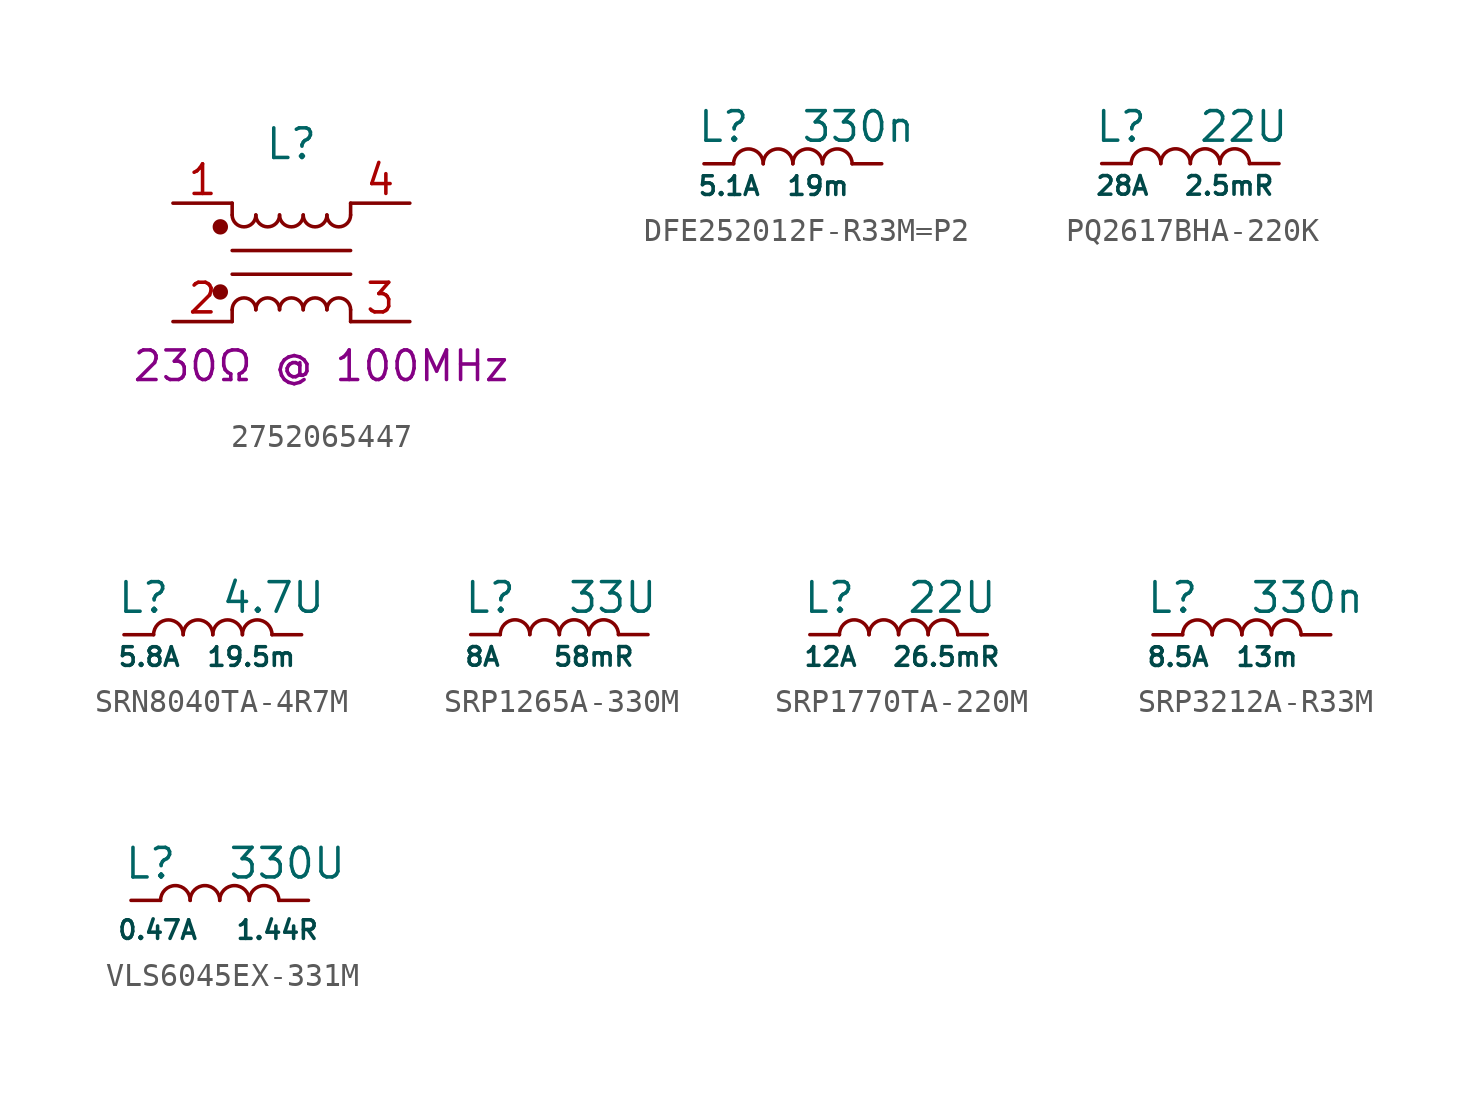
<source format=kicad_sym>
(kicad_symbol_lib
  (version 20220914)
  (generator kicad_symbol_editor)
  (symbol "2752065447"
    (pin_names hide)
    (property "Reference" "L"
      (at 0 5.08 0)
      (effects (font (size 1.27 1.27))))
    (property "Impedance" "230Ω @ 100MHz"
      (at 1.27 -4.445 0)
      (effects (font (size 1.27 1.27))))
    (symbol "2752065447_1_1"
      (circle (center -3.048 -1.27) (radius 0.254) (stroke (width 0) (type default)) (fill (type outline)))
      (circle (center -3.048 1.524) (radius 0.254) (stroke (width 0) (type default)) (fill (type outline)))
      (arc (start -2.54 2.032) (mid -2.032 1.5262) (end -1.524 2.032) (stroke (width 0) (type default)) (fill (type none)))
      (arc (start -1.524 -2.032) (mid -2.032 -1.5262) (end -2.54 -2.032) (stroke (width 0) (type default)) (fill (type none)))
      (arc (start -1.524 2.032) (mid -1.016 1.5262) (end -0.508 2.032) (stroke (width 0) (type default)) (fill (type none)))
      (arc (start -0.508 -2.032) (mid -1.016 -1.5262) (end -1.524 -2.032) (stroke (width 0) (type default)) (fill (type none)))
      (arc (start -0.508 2.032) (mid 0 1.5262) (end 0.508 2.032) (stroke (width 0) (type default)) (fill (type none)))
      (polyline (pts (xy -2.54 -2.032) (xy -2.54 -2.54)) (stroke (width 0) (type default)) (fill (type none)))
      (polyline (pts (xy -2.54 0.508) (xy 2.54 0.508)) (stroke (width 0) (type default)) (fill (type none)))
      (polyline (pts (xy -2.54 2.032) (xy -2.54 2.54)) (stroke (width 0) (type default)) (fill (type none)))
      (polyline (pts (xy 2.54 -2.032) (xy 2.54 -2.54)) (stroke (width 0) (type default)) (fill (type none)))
      (polyline (pts (xy 2.54 -0.508) (xy -2.54 -0.508)) (stroke (width 0) (type default)) (fill (type none)))
      (polyline (pts (xy 2.54 2.54) (xy 2.54 2.032)) (stroke (width 0) (type default)) (fill (type none)))
      (arc (start 0.508 -2.032) (mid 0 -1.5262) (end -0.508 -2.032) (stroke (width 0) (type default)) (fill (type none)))
      (arc (start 0.508 2.032) (mid 1.016 1.5262) (end 1.524 2.032) (stroke (width 0) (type default)) (fill (type none)))
      (arc (start 1.524 -2.032) (mid 1.016 -1.5262) (end 0.508 -2.032) (stroke (width 0) (type default)) (fill (type none)))
      (arc (start 1.524 2.032) (mid 2.032 1.5262) (end 2.54 2.032) (stroke (width 0) (type default)) (fill (type none)))
      (arc (start 2.54 -2.032) (mid 2.032 -1.5262) (end 1.524 -2.032) (stroke (width 0) (type default)) (fill (type none)))
      (pin passive line (at -5.08 2.54 0) (length 2.54) (name "1" (effects (font (size 1.27 1.27)))) (number "1" (effects (font (size 1.27 1.27)))))
      (pin passive line (at -5.08 -2.54 0) (length 2.54) (name "2" (effects (font (size 1.27 1.27)))) (number "2" (effects (font (size 1.27 1.27)))))
      (pin passive line (at 5.08 -2.54 180) (length 2.54) (name "3" (effects (font (size 1.27 1.27)))) (number "3" (effects (font (size 1.27 1.27)))))
      (pin passive line (at 5.08 2.54 180) (length 2.54) (name "4" (effects (font (size 1.27 1.27)))) (number "4" (effects (font (size 1.27 1.27)))))))
  (symbol "DFE252012F-R33M=P2"
    (property "Reference" "L"
      (at -4.128 1.587 0)
      (effects (font (size 1.27 1.27)) (justify left)))
    (property "Value" "330n"
      (at 0.318 1.587 0)
      (effects (font (size 1.27 1.27)) (justify left)))
    (property "DC Current Rating" "5.1A"
      (at -4.128 -0.953 0)
      (effects (font (size 0.8 0.8) (color 0 72 72 1)) (justify left)))
    (property "DCR" "19m"
      (at -0.318 -0.953 0)
      (effects (font (size 0.8 0.8) (color 0 72 72 1)) (justify left)))
    (symbol "DFE252012F-R33M=P2_0_1"
      (arc (start -1.27 0) (mid -1.905 0.6323) (end -2.54 0) (stroke (width 0) (type default)) (fill (type none)))
      (arc (start 0 0) (mid -0.635 0.6323) (end -1.27 0) (stroke (width 0) (type default)) (fill (type none)))
      (arc (start 1.27 0) (mid 0.635 0.6323) (end 0 0) (stroke (width 0) (type default)) (fill (type none)))
      (arc (start 2.54 0) (mid 1.905 0.6323) (end 1.27 0) (stroke (width 0) (type default)) (fill (type none))))
    (symbol "DFE252012F-R33M=P2_1_1"
      (pin passive line (at -3.81 0 0) (length 1.27) (name "" (effects (font (size 0 0)))) (number "1" (effects (font (size 0 0)))))
      (pin passive line (at 3.81 0 180) (length 1.27) (name "" (effects (font (size 0 0)))) (number "2" (effects (font (size 0 0)))))))
  (symbol "PQ2617BHA-220K"
    (property "Reference" "L"
      (at -4.128 1.587 0)
      (effects (font (size 1.27 1.27)) (justify left)))
    (property "Value" "22U"
      (at 0.318 1.587 0)
      (effects (font (size 1.27 1.27)) (justify left)))
    (property "DC Current Rating" "28A"
      (at -4.128 -0.953 0)
      (effects (font (size 0.8 0.8) (color 0 72 72 1)) (justify left)))
    (property "DCR" "2.5mR"
      (at -0.318 -0.953 0)
      (effects (font (size 0.8 0.8) (color 0 72 72 1)) (justify left)))
    (symbol "PQ2617BHA-220K_0_1"
      (arc (start -1.27 0) (mid -1.905 0.6323) (end -2.54 0) (stroke (width 0) (type default)) (fill (type none)))
      (arc (start 0 0) (mid -0.635 0.6323) (end -1.27 0) (stroke (width 0) (type default)) (fill (type none)))
      (arc (start 1.27 0) (mid 0.635 0.6323) (end 0 0) (stroke (width 0) (type default)) (fill (type none)))
      (arc (start 2.54 0) (mid 1.905 0.6323) (end 1.27 0) (stroke (width 0) (type default)) (fill (type none))))
    (symbol "PQ2617BHA-220K_1_1"
      (pin passive line (at -3.81 0 0) (length 1.27) (name "" (effects (font (size 0 0)))) (number "1" (effects (font (size 0 0)))))
      (pin passive line (at 3.81 0 180) (length 1.27) (name "" (effects (font (size 0 0)))) (number "2" (effects (font (size 0 0)))))))
  (symbol "SRN8040TA-4R7M"
    (property "Reference" "L"
      (at -4.128 1.587 0)
      (effects (font (size 1.27 1.27)) (justify left)))
    (property "Value" "4.7U"
      (at 0.318 1.587 0)
      (effects (font (size 1.27 1.27)) (justify left)))
    (property "DC Current Rating" "5.8A"
      (at -4.128 -0.953 0)
      (effects (font (size 0.8 0.8) (color 0 72 72 1)) (justify left)))
    (property "DCR" "19.5m"
      (at -0.318 -0.953 0)
      (effects (font (size 0.8 0.8) (color 0 72 72 1)) (justify left)))
    (symbol "SRN8040TA-4R7M_0_1"
      (arc (start -1.27 0) (mid -1.905 0.6323) (end -2.54 0) (stroke (width 0) (type default)) (fill (type none)))
      (arc (start 0 0) (mid -0.635 0.6323) (end -1.27 0) (stroke (width 0) (type default)) (fill (type none)))
      (arc (start 1.27 0) (mid 0.635 0.6323) (end 0 0) (stroke (width 0) (type default)) (fill (type none)))
      (arc (start 2.54 0) (mid 1.905 0.6323) (end 1.27 0) (stroke (width 0) (type default)) (fill (type none))))
    (symbol "SRN8040TA-4R7M_1_1"
      (pin passive line (at -3.81 0 0) (length 1.27) (name "" (effects (font (size 0 0)))) (number "1" (effects (font (size 0 0)))))
      (pin passive line (at 3.81 0 180) (length 1.27) (name "" (effects (font (size 0 0)))) (number "2" (effects (font (size 0 0)))))))
  (symbol "SRP1265A-330M"
    (property "Reference" "L"
      (at -4.128 1.587 0)
      (effects (font (size 1.27 1.27)) (justify left)))
    (property "Value" "33U"
      (at 0.318 1.587 0)
      (effects (font (size 1.27 1.27)) (justify left)))
    (property "DC Current Rating" "8A"
      (at -4.128 -0.953 0)
      (effects (font (size 0.8 0.8) (color 0 72 72 1)) (justify left)))
    (property "DCR" "58mR"
      (at -0.318 -0.953 0)
      (effects (font (size 0.8 0.8) (color 0 72 72 1)) (justify left)))
    (symbol "SRP1265A-330M_0_1"
      (arc (start -1.27 0) (mid -1.905 0.6323) (end -2.54 0) (stroke (width 0) (type default)) (fill (type none)))
      (arc (start 0 0) (mid -0.635 0.6323) (end -1.27 0) (stroke (width 0) (type default)) (fill (type none)))
      (arc (start 1.27 0) (mid 0.635 0.6323) (end 0 0) (stroke (width 0) (type default)) (fill (type none)))
      (arc (start 2.54 0) (mid 1.905 0.6323) (end 1.27 0) (stroke (width 0) (type default)) (fill (type none))))
    (symbol "SRP1265A-330M_1_1"
      (pin passive line (at -3.81 0 0) (length 1.27) (name "" (effects (font (size 0 0)))) (number "1" (effects (font (size 0 0)))))
      (pin passive line (at 3.81 0 180) (length 1.27) (name "" (effects (font (size 0 0)))) (number "2" (effects (font (size 0 0)))))))
  (symbol "SRP1770TA-220M"
    (property "Reference" "L"
      (at -4.128 1.587 0)
      (effects (font (size 1.27 1.27)) (justify left)))
    (property "Value" "22U"
      (at 0.318 1.587 0)
      (effects (font (size 1.27 1.27)) (justify left)))
    (property "DC Current Rating" "12A"
      (at -4.128 -0.953 0)
      (effects (font (size 0.8 0.8) (color 0 72 72 1)) (justify left)))
    (property "DCR" "26.5mR"
      (at -0.318 -0.953 0)
      (effects (font (size 0.8 0.8) (color 0 72 72 1)) (justify left)))
    (symbol "SRP1770TA-220M_0_1"
      (arc (start -1.27 0) (mid -1.905 0.6323) (end -2.54 0) (stroke (width 0) (type default)) (fill (type none)))
      (arc (start 0 0) (mid -0.635 0.6323) (end -1.27 0) (stroke (width 0) (type default)) (fill (type none)))
      (arc (start 1.27 0) (mid 0.635 0.6323) (end 0 0) (stroke (width 0) (type default)) (fill (type none)))
      (arc (start 2.54 0) (mid 1.905 0.6323) (end 1.27 0) (stroke (width 0) (type default)) (fill (type none))))
    (symbol "SRP1770TA-220M_1_1"
      (pin passive line (at -3.81 0 0) (length 1.27) (name "" (effects (font (size 0 0)))) (number "1" (effects (font (size 0 0)))))
      (pin passive line (at 3.81 0 180) (length 1.27) (name "" (effects (font (size 0 0)))) (number "2" (effects (font (size 0 0)))))))
  (symbol "SRP3212A-R33M"
    (property "Reference" "L"
      (at -4.128 1.587 0)
      (effects (font (size 1.27 1.27)) (justify left)))
    (property "Value" "330n"
      (at 0.318 1.587 0)
      (effects (font (size 1.27 1.27)) (justify left)))
    (property "DC Current Rating" "8.5A"
      (at -4.128 -0.953 0)
      (effects (font (size 0.8 0.8) (color 0 72 72 1)) (justify left)))
    (property "DCR" "13m"
      (at -0.318 -0.953 0)
      (effects (font (size 0.8 0.8) (color 0 72 72 1)) (justify left)))
    (symbol "SRP3212A-R33M_0_1"
      (arc (start -1.27 0) (mid -1.905 0.6323) (end -2.54 0) (stroke (width 0) (type default)) (fill (type none)))
      (arc (start 0 0) (mid -0.635 0.6323) (end -1.27 0) (stroke (width 0) (type default)) (fill (type none)))
      (arc (start 1.27 0) (mid 0.635 0.6323) (end 0 0) (stroke (width 0) (type default)) (fill (type none)))
      (arc (start 2.54 0) (mid 1.905 0.6323) (end 1.27 0) (stroke (width 0) (type default)) (fill (type none))))
    (symbol "SRP3212A-R33M_1_1"
      (pin passive line (at -3.81 0 0) (length 1.27) (name "" (effects (font (size 0 0)))) (number "1" (effects (font (size 0 0)))))
      (pin passive line (at 3.81 0 180) (length 1.27) (name "" (effects (font (size 0 0)))) (number "2" (effects (font (size 0 0)))))))
  (symbol "VLS6045EX-331M"
    (property "Reference" "L"
      (at -4.128 1.587 0)
      (effects (font (size 1.27 1.27)) (justify left)))
    (property "Value" "330U"
      (at 0.318 1.587 0)
      (effects (font (size 1.27 1.27)) (justify left)))
    (property "DC Current Rating" "0.47A"
      (at -4.445 -1.27 0)
      (do_not_autoplace)
      (effects (font (size 0.8 0.8) (color 0 72 72 1)) (justify left)))
    (property "DCR" "1.44R"
      (at 0.635 -1.27 0)
      (do_not_autoplace)
      (effects (font (size 0.8 0.8) (color 0 72 72 1)) (justify left)))
    (symbol "VLS6045EX-331M_0_1"
      (arc (start -1.27 0) (mid -1.905 0.6323) (end -2.54 0) (stroke (width 0) (type default)) (fill (type none)))
      (arc (start 0 0) (mid -0.635 0.6323) (end -1.27 0) (stroke (width 0) (type default)) (fill (type none)))
      (arc (start 1.27 0) (mid 0.635 0.6323) (end 0 0) (stroke (width 0) (type default)) (fill (type none)))
      (arc (start 2.54 0) (mid 1.905 0.6323) (end 1.27 0) (stroke (width 0) (type default)) (fill (type none))))
    (symbol "VLS6045EX-331M_1_1"
      (pin passive line (at -3.81 0 0) (length 1.27) (name "" (effects (font (size 0 0)))) (number "1" (effects (font (size 0 0)))))
      (pin passive line (at 3.81 0 180) (length 1.27) (name "" (effects (font (size 0 0)))) (number "2" (effects (font (size 0 0))))))))
</source>
